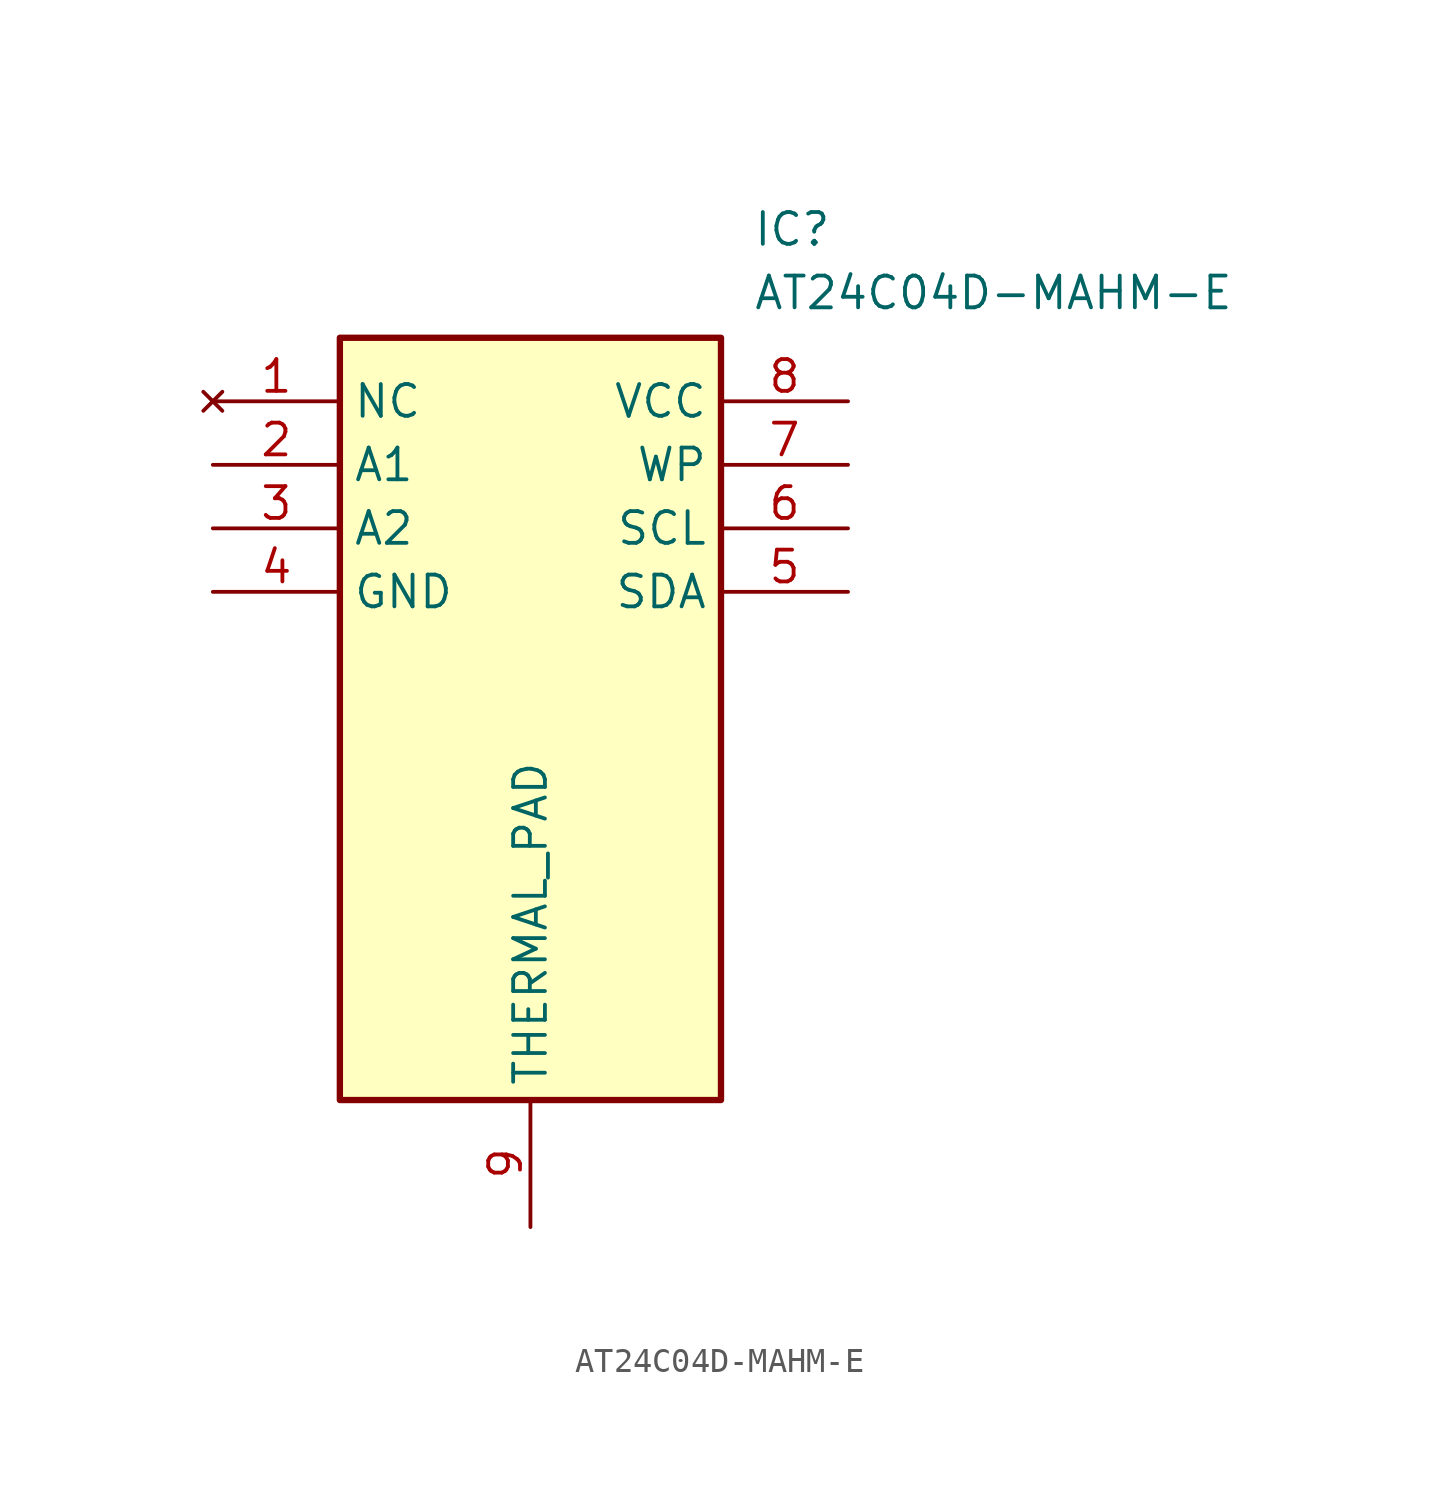
<source format=kicad_sym>
(kicad_symbol_lib
  (version 20211014)
  (generator SamacSys_ECAD_Model)
  (symbol "AT24C04D-MAHM-E"
    (property "Reference" "IC"
      (at 21.59 7.62 0)
      (effects (font (size 1.27 1.27)) (justify left top)))
    (property "Value" "AT24C04D-MAHM-E"
      (at 21.59 5.08 0)
      (effects (font (size 1.27 1.27)) (justify left top)))
    (rectangle
      (start 5.08 2.54)
      (end 20.32 -27.94)
      (stroke (width 0.254) (type default))
      (fill (type background)))
    (pin no_connect line
      (at 0 0 0)
      (length 5.08)
      (name "NC" (effects (font (size 1.27 1.27))))
      (number "1" (effects (font (size 1.27 1.27)))))
    (pin passive line
      (at 0 -2.54 0)
      (length 5.08)
      (name "A1" (effects (font (size 1.27 1.27))))
      (number "2" (effects (font (size 1.27 1.27)))))
    (pin passive line
      (at 0 -5.08 0)
      (length 5.08)
      (name "A2" (effects (font (size 1.27 1.27))))
      (number "3" (effects (font (size 1.27 1.27)))))
    (pin passive line
      (at 0 -7.62 0)
      (length 5.08)
      (name "GND" (effects (font (size 1.27 1.27))))
      (number "4" (effects (font (size 1.27 1.27)))))
    (pin passive line
      (at 12.7 -33.02 90)
      (length 5.08)
      (name "THERMAL_PAD" (effects (font (size 1.27 1.27))))
      (number "9" (effects (font (size 1.27 1.27)))))
    (pin passive line
      (at 25.4 0 180)
      (length 5.08)
      (name "VCC" (effects (font (size 1.27 1.27))))
      (number "8" (effects (font (size 1.27 1.27)))))
    (pin passive line
      (at 25.4 -2.54 180)
      (length 5.08)
      (name "WP" (effects (font (size 1.27 1.27))))
      (number "7" (effects (font (size 1.27 1.27)))))
    (pin passive line
      (at 25.4 -5.08 180)
      (length 5.08)
      (name "SCL" (effects (font (size 1.27 1.27))))
      (number "6" (effects (font (size 1.27 1.27)))))
    (pin passive line
      (at 25.4 -7.62 180)
      (length 5.08)
      (name "SDA" (effects (font (size 1.27 1.27))))
      (number "5" (effects (font (size 1.27 1.27)))))))
</source>
